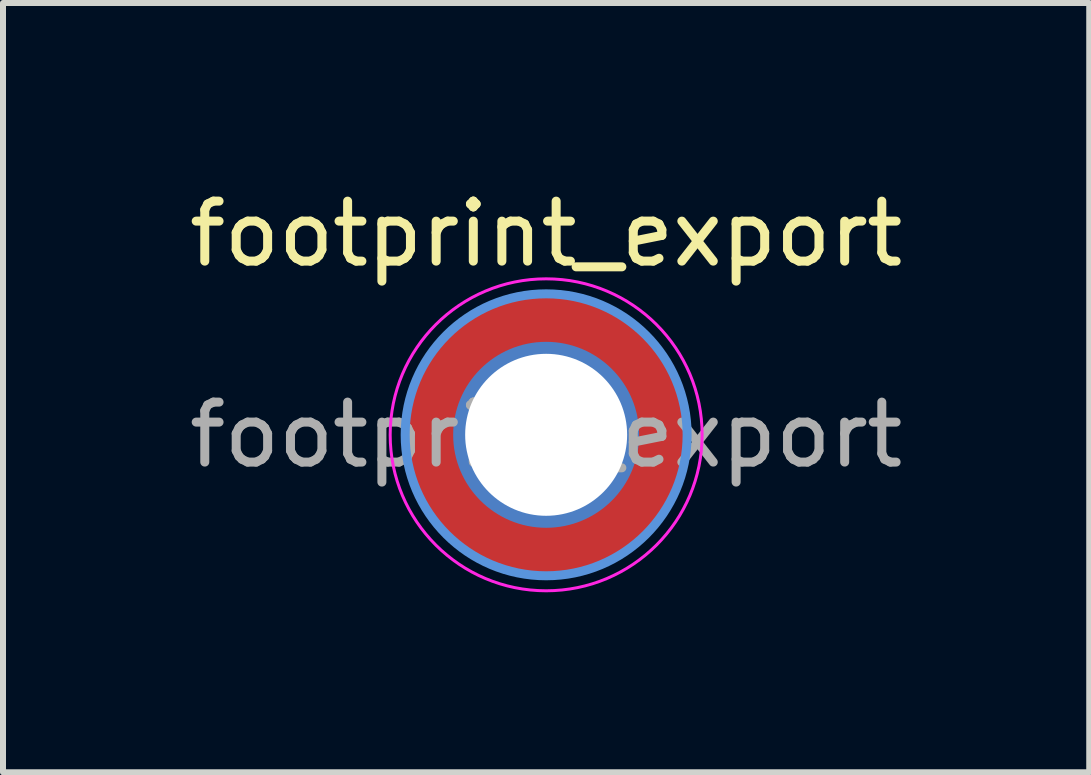
<source format=kicad_pcb>
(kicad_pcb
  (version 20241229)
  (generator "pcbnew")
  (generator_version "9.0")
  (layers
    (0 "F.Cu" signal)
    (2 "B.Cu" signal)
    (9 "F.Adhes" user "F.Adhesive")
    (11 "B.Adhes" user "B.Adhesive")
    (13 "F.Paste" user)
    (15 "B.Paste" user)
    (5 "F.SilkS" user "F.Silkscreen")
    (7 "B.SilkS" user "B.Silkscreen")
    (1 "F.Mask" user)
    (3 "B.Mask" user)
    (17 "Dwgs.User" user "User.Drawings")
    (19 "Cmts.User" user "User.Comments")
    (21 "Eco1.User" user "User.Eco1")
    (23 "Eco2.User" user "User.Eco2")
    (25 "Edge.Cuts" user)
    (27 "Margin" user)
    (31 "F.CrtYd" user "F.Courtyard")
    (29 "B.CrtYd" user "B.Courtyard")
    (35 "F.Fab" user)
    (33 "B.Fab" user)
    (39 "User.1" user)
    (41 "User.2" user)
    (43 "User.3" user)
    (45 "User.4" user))
  (footprint "footprint_export"
    (layer "F.Cu")
    (at 6.054 4.198)
    (property "Reference" "footprint_export" (at 0 -3.35 0) (layer "F.SilkS") (effects (font (size 1 1) (thickness 0.15))))
    (attr exclude_from_pos_files exclude_from_bom)
    (fp_circle (center 0 0) (end 2.35 0) (stroke (width 0.15) (type solid)) (fill no) (layer "Cmts.User"))
    (fp_circle (center 0 0) (end 2.6 0) (stroke (width 0.05) (type solid)) (fill no) (layer "F.CrtYd"))
    (fp_text user "${REFERENCE}" (at 0 0 0) (layer "F.Fab") (effects (font (size 1 1) (thickness 0.15))))
    (pad "1" thru_hole circle (at 0 0) (size 3.1 3.1) (drill 2.7) (layers "*.Cu" "*.Mask"))
    (pad "1" connect circle (at 0 0) (size 4.7 4.7) (layers "F.Cu" "F.Mask")))
  (gr_rect
    (start -3 -3)
    (end 15.107 9.823)
    (stroke (width 0.1) (type default))
    (fill no)
    (layer "Edge.Cuts")))
</source>
